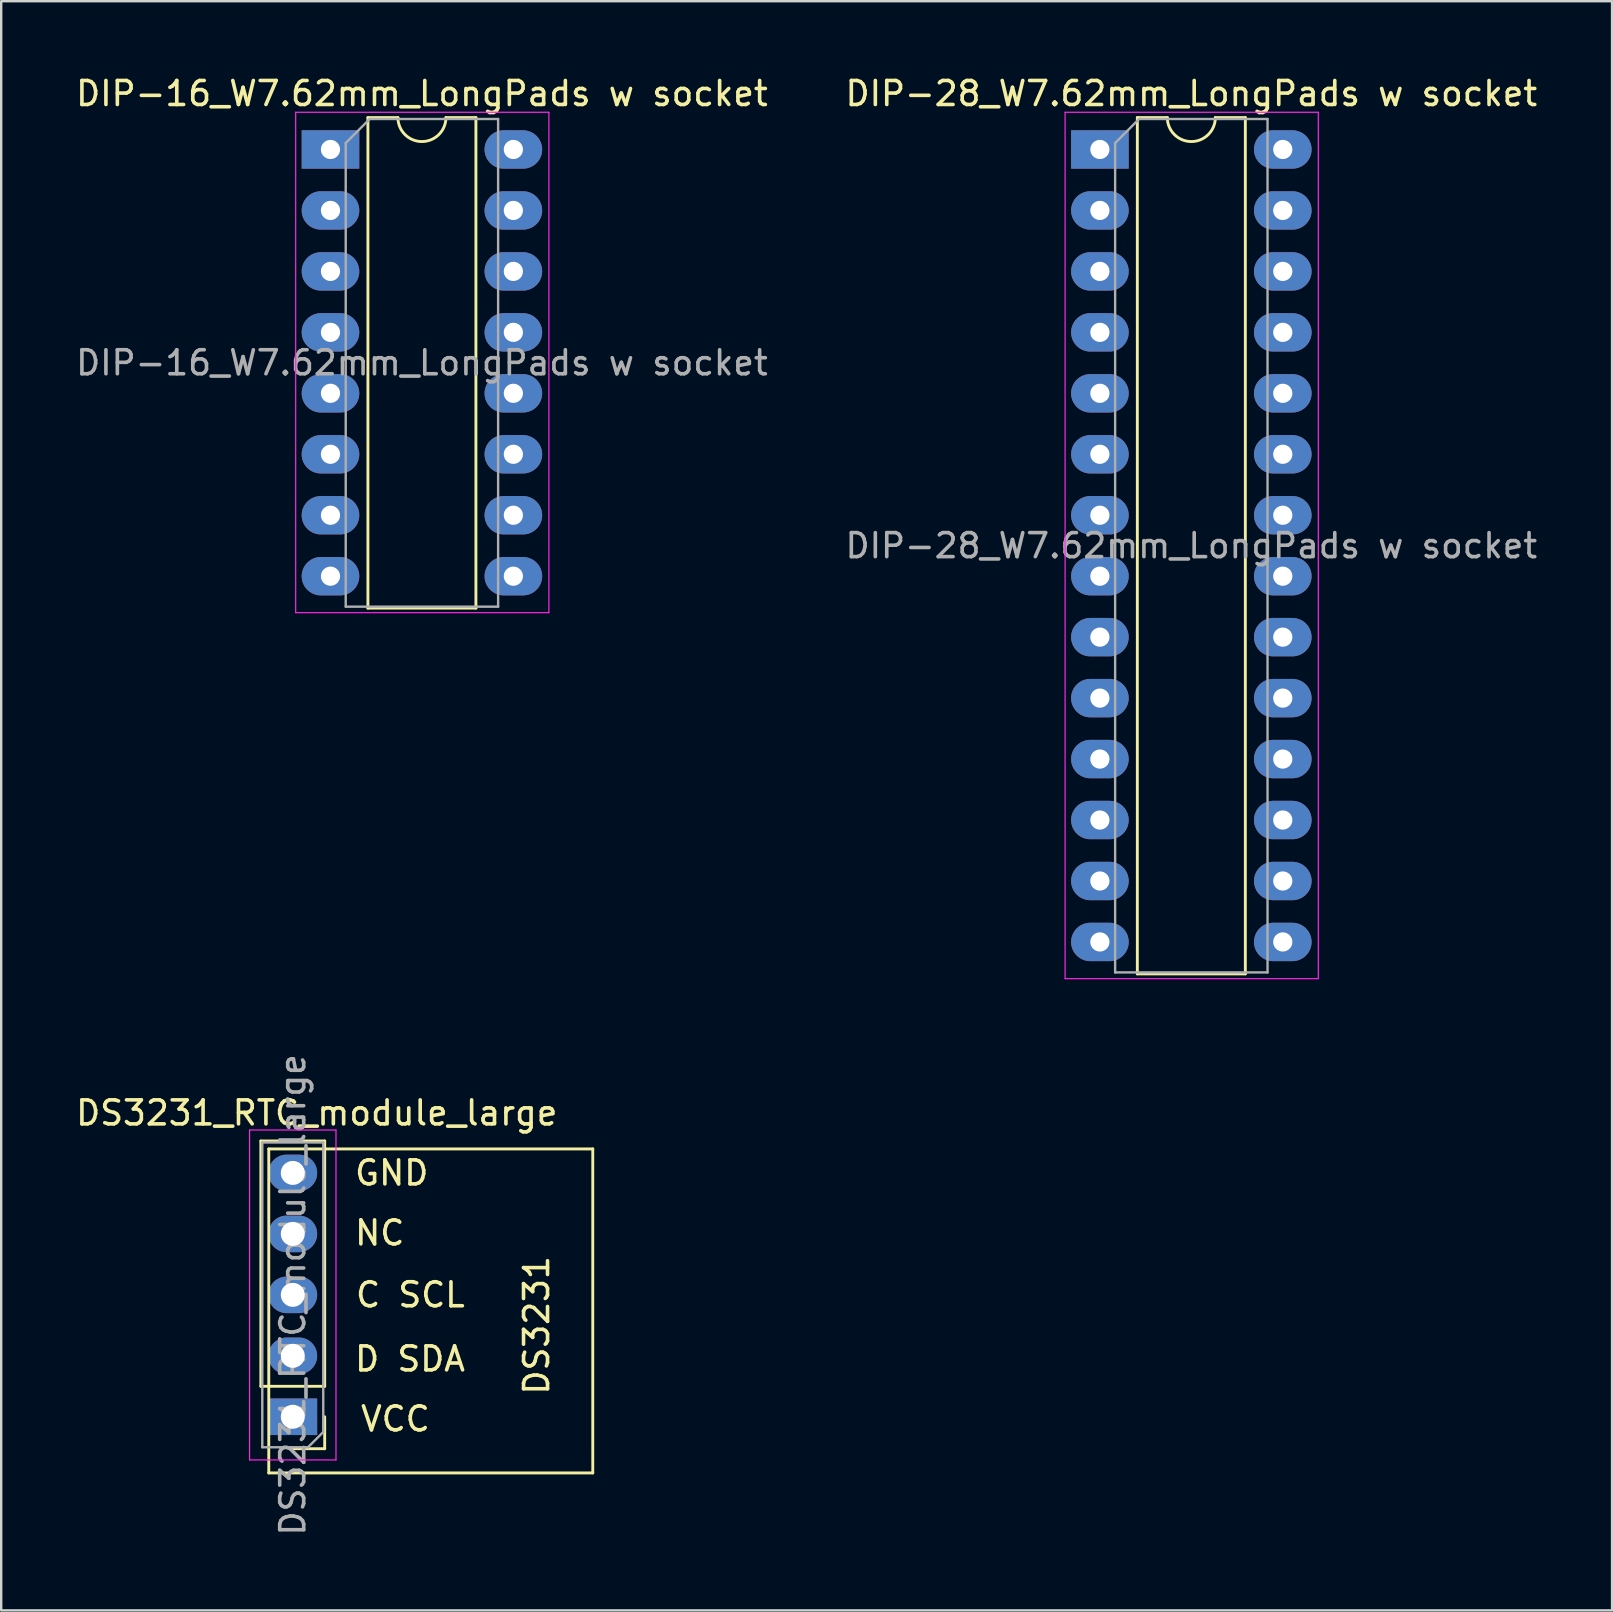
<source format=kicad_pcb>
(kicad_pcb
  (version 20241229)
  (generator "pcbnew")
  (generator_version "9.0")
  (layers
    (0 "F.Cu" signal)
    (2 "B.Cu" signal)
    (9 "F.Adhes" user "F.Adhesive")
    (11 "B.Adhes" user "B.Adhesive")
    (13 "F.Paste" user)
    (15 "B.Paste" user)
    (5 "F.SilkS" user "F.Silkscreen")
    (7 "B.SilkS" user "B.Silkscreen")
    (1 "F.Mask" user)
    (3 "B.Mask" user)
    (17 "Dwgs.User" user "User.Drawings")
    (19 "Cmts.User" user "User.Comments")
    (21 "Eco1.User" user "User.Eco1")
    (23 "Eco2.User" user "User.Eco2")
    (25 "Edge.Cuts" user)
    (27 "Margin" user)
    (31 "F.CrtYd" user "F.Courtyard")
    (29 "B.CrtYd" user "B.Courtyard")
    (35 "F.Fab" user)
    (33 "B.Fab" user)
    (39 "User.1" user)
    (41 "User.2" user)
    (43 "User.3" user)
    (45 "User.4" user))
  (footprint "DIP-28_W7.62mm_LongPads w socket"
    (layer "F.Cu")
    (at 42.779 3.178)
    (property "Reference" "DIP-28_W7.62mm_LongPads w socket" (at 3.81 -2.33 0) (layer "F.SilkS") (effects (font (size 1 1) (thickness 0.15))))
    (attr through_hole)
    (fp_line (start 1.56 -1.33) (end 1.56 34.35) (stroke (width 0.12) (type solid)) (layer "F.SilkS"))
    (fp_line (start 1.56 34.35) (end 6.06 34.35) (stroke (width 0.12) (type solid)) (layer "F.SilkS"))
    (fp_line (start 2.81 -1.33) (end 1.56 -1.33) (stroke (width 0.12) (type solid)) (layer "F.SilkS"))
    (fp_line (start 6.06 -1.33) (end 4.81 -1.33) (stroke (width 0.12) (type solid)) (layer "F.SilkS"))
    (fp_line (start 6.06 34.35) (end 6.06 -1.33) (stroke (width 0.12) (type solid)) (layer "F.SilkS"))
    (fp_arc (start 4.81 -1.33) (mid 3.81 -0.33) (end 2.81 -1.33) (stroke (width 0.12) (type solid)) (layer "F.SilkS"))
    (fp_line (start -1.45 -1.55) (end -1.45 34.55) (stroke (width 0.05) (type solid)) (layer "F.CrtYd"))
    (fp_line (start -1.45 34.55) (end 9.1 34.55) (stroke (width 0.05) (type solid)) (layer "F.CrtYd"))
    (fp_line (start 9.1 -1.55) (end -1.45 -1.55) (stroke (width 0.05) (type solid)) (layer "F.CrtYd"))
    (fp_line (start 9.1 34.55) (end 9.1 -1.55) (stroke (width 0.05) (type solid)) (layer "F.CrtYd"))
    (fp_line (start 0.635 -0.27) (end 1.635 -1.27) (stroke (width 0.1) (type solid)) (layer "F.Fab"))
    (fp_line (start 0.635 34.29) (end 0.635 -0.27) (stroke (width 0.1) (type solid)) (layer "F.Fab"))
    (fp_line (start 1.635 -1.27) (end 6.985 -1.27) (stroke (width 0.1) (type solid)) (layer "F.Fab"))
    (fp_line (start 6.985 -1.27) (end 6.985 34.29) (stroke (width 0.1) (type solid)) (layer "F.Fab"))
    (fp_line (start 6.985 34.29) (end 0.635 34.29) (stroke (width 0.1) (type solid)) (layer "F.Fab"))
    (fp_text user "${REFERENCE}" (at 3.81 16.51 0) (layer "F.Fab") (effects (font (size 1 1) (thickness 0.15))))
    (pad "1" thru_hole rect (at 0 0) (size 2.4 1.6) (drill 0.8) (layers "*.Cu" "*.Mask"))
    (pad "2" thru_hole oval (at 0 2.54) (size 2.4 1.6) (drill 0.8) (layers "*.Cu" "*.Mask"))
    (pad "3" thru_hole oval (at 0 5.08) (size 2.4 1.6) (drill 0.8) (layers "*.Cu" "*.Mask"))
    (pad "4" thru_hole oval (at 0 7.62) (size 2.4 1.6) (drill 0.8) (layers "*.Cu" "*.Mask"))
    (pad "5" thru_hole oval (at 0 10.16) (size 2.4 1.6) (drill 0.8) (layers "*.Cu" "*.Mask"))
    (pad "6" thru_hole oval (at 0 12.7) (size 2.4 1.6) (drill 0.8) (layers "*.Cu" "*.Mask"))
    (pad "7" thru_hole oval (at 0 15.24) (size 2.4 1.6) (drill 0.8) (layers "*.Cu" "*.Mask"))
    (pad "8" thru_hole oval (at 0 17.78) (size 2.4 1.6) (drill 0.8) (layers "*.Cu" "*.Mask"))
    (pad "9" thru_hole oval (at 0 20.32) (size 2.4 1.6) (drill 0.8) (layers "*.Cu" "*.Mask"))
    (pad "10" thru_hole oval (at 0 22.86) (size 2.4 1.6) (drill 0.8) (layers "*.Cu" "*.Mask"))
    (pad "11" thru_hole oval (at 0 25.4) (size 2.4 1.6) (drill 0.8) (layers "*.Cu" "*.Mask"))
    (pad "12" thru_hole oval (at 0 27.94) (size 2.4 1.6) (drill 0.8) (layers "*.Cu" "*.Mask"))
    (pad "13" thru_hole oval (at 0 30.48) (size 2.4 1.6) (drill 0.8) (layers "*.Cu" "*.Mask"))
    (pad "14" thru_hole oval (at 0 33.02) (size 2.4 1.6) (drill 0.8) (layers "*.Cu" "*.Mask"))
    (pad "15" thru_hole oval (at 7.62 33.02) (size 2.4 1.6) (drill 0.8) (layers "*.Cu" "*.Mask"))
    (pad "16" thru_hole oval (at 7.62 30.48) (size 2.4 1.6) (drill 0.8) (layers "*.Cu" "*.Mask"))
    (pad "17" thru_hole oval (at 7.62 27.94) (size 2.4 1.6) (drill 0.8) (layers "*.Cu" "*.Mask"))
    (pad "18" thru_hole oval (at 7.62 25.4) (size 2.4 1.6) (drill 0.8) (layers "*.Cu" "*.Mask"))
    (pad "19" thru_hole oval (at 7.62 22.86) (size 2.4 1.6) (drill 0.8) (layers "*.Cu" "*.Mask"))
    (pad "20" thru_hole oval (at 7.62 20.32) (size 2.4 1.6) (drill 0.8) (layers "*.Cu" "*.Mask"))
    (pad "21" thru_hole oval (at 7.62 17.78) (size 2.4 1.6) (drill 0.8) (layers "*.Cu" "*.Mask"))
    (pad "22" thru_hole oval (at 7.62 15.24) (size 2.4 1.6) (drill 0.8) (layers "*.Cu" "*.Mask"))
    (pad "23" thru_hole oval (at 7.62 12.7) (size 2.4 1.6) (drill 0.8) (layers "*.Cu" "*.Mask"))
    (pad "24" thru_hole oval (at 7.62 10.16) (size 2.4 1.6) (drill 0.8) (layers "*.Cu" "*.Mask"))
    (pad "25" thru_hole oval (at 7.62 7.62) (size 2.4 1.6) (drill 0.8) (layers "*.Cu" "*.Mask"))
    (pad "26" thru_hole oval (at 7.62 5.08) (size 2.4 1.6) (drill 0.8) (layers "*.Cu" "*.Mask"))
    (pad "27" thru_hole oval (at 7.62 2.54) (size 2.4 1.6) (drill 0.8) (layers "*.Cu" "*.Mask"))
    (pad "28" thru_hole oval (at 7.62 0) (size 2.4 1.6) (drill 0.8) (layers "*.Cu" "*.Mask")))
  (footprint "DS3231_RTC_module_large"
    (layer "F.Cu")
    (at 9.149 45.822)
    (property "Reference" "DS3231_RTC_module_large" (at 1 -2.5 0) (layer "F.SilkS") (effects (font (size 1 1) (thickness 0.15))))
    (attr through_hole)
    (fp_line (start -1.33 8.89) (end -1.33 -1.33) (stroke (width 0.12) (type solid)) (layer "F.SilkS"))
    (fp_line (start -1 -1) (end -1 12.5) (stroke (width 0.12) (type solid)) (layer "F.SilkS"))
    (fp_line (start -1 12.5) (end 12.5 12.5) (stroke (width 0.12) (type solid)) (layer "F.SilkS"))
    (fp_line (start 1.33 -1.33) (end -1.33 -1.33) (stroke (width 0.12) (type solid)) (layer "F.SilkS"))
    (fp_line (start 1.33 8.89) (end -1.33 8.89) (stroke (width 0.12) (type solid)) (layer "F.SilkS"))
    (fp_line (start 1.33 8.89) (end 1.33 -1.33) (stroke (width 0.12) (type solid)) (layer "F.SilkS"))
    (fp_line (start 1.33 10.16) (end 1.33 11.49) (stroke (width 0.12) (type solid)) (layer "F.SilkS"))
    (fp_line (start 1.33 11.49) (end 0 11.49) (stroke (width 0.12) (type solid)) (layer "F.SilkS"))
    (fp_line (start 12.5 -1) (end -1 -1) (stroke (width 0.12) (type solid)) (layer "F.SilkS"))
    (fp_line (start 12.5 12.5) (end 12.5 -1) (stroke (width 0.12) (type solid)) (layer "F.SilkS"))
    (fp_line (start -1.8 -1.79) (end -1.8 11.96) (stroke (width 0.05) (type solid)) (layer "F.CrtYd"))
    (fp_line (start -1.8 11.96) (end 1.8 11.96) (stroke (width 0.05) (type solid)) (layer "F.CrtYd"))
    (fp_line (start 1.8 -1.79) (end -1.8 -1.79) (stroke (width 0.05) (type solid)) (layer "F.CrtYd"))
    (fp_line (start 1.8 11.96) (end 1.8 -1.79) (stroke (width 0.05) (type solid)) (layer "F.CrtYd"))
    (fp_line (start -1.27 -1.27) (end 1.27 -1.27) (stroke (width 0.1) (type solid)) (layer "F.Fab"))
    (fp_line (start -1.27 11.43) (end -1.27 -1.27) (stroke (width 0.1) (type solid)) (layer "F.Fab"))
    (fp_line (start 0.635 11.43) (end -1.27 11.43) (stroke (width 0.1) (type solid)) (layer "F.Fab"))
    (fp_line (start 1.27 -1.27) (end 1.27 10.795) (stroke (width 0.1) (type solid)) (layer "F.Fab"))
    (fp_line (start 1.27 10.795) (end 0.635 11.43) (stroke (width 0.1) (type solid)) (layer "F.Fab"))
    (fp_text user "VCC" (at 2.75 10.25 0) (unlocked yes) (layer "F.SilkS") (effects (font (size 1 1) (thickness 0.15)) (justify left)))
    (fp_text user "C SCL" (at 2.54 5.08 0) (unlocked yes) (layer "F.SilkS") (effects (font (size 1 1) (thickness 0.15)) (justify left)))
    (fp_text user "D SDA" (at 2.5 7.75 0) (unlocked yes) (layer "F.SilkS") (effects (font (size 1 1) (thickness 0.15)) (justify left)))
    (fp_text user "DS3231" (at 10.16 6.35 90) (unlocked yes) (layer "F.SilkS") (effects (font (size 1 1) (thickness 0.15))))
    (fp_text user "GND" (at 2.5 0 0) (unlocked yes) (layer "F.SilkS") (effects (font (size 1 1) (thickness 0.15)) (justify left)))
    (fp_text user "NC" (at 2.5 2.5 0) (unlocked yes) (layer "F.SilkS") (effects (font (size 1 1) (thickness 0.15)) (justify left)))
    (fp_text user "${REFERENCE}" (at 0 5.08 270) (layer "F.Fab") (effects (font (size 1 1) (thickness 0.15))))
    (pad "1" thru_hole rect (at 0 10.16 180) (size 2.032 1.524) (drill 1) (layers "*.Cu" "*.Mask"))
    (pad "2" thru_hole oval (at 0 7.62 180) (size 2.032 1.524) (drill 1) (layers "*.Cu" "*.Mask"))
    (pad "3" thru_hole oval (at 0 5.08 180) (size 2.032 1.524) (drill 1) (layers "*.Cu" "*.Mask"))
    (pad "4" thru_hole oval (at 0 2.54 180) (size 2.032 1.524) (drill 1) (layers "*.Cu" "*.Mask"))
    (pad "5" thru_hole oval (at 0 0 180) (size 2.032 1.524) (drill 1) (layers "*.Cu" "*.Mask")))
  (footprint "DIP-16_W7.62mm_LongPads w socket"
    (layer "F.Cu")
    (at 10.72 3.178)
    (property "Reference" "DIP-16_W7.62mm_LongPads w socket" (at 3.81 -2.33 0) (layer "F.SilkS") (effects (font (size 1 1) (thickness 0.15))))
    (attr through_hole)
    (fp_line (start 1.56 -1.33) (end 1.56 19.11) (stroke (width 0.12) (type solid)) (layer "F.SilkS"))
    (fp_line (start 1.56 19.11) (end 6.06 19.11) (stroke (width 0.12) (type solid)) (layer "F.SilkS"))
    (fp_line (start 2.81 -1.33) (end 1.56 -1.33) (stroke (width 0.12) (type solid)) (layer "F.SilkS"))
    (fp_line (start 6.06 -1.33) (end 4.81 -1.33) (stroke (width 0.12) (type solid)) (layer "F.SilkS"))
    (fp_line (start 6.06 19.11) (end 6.06 -1.33) (stroke (width 0.12) (type solid)) (layer "F.SilkS"))
    (fp_arc (start 4.81 -1.33) (mid 3.81 -0.33) (end 2.81 -1.33) (stroke (width 0.12) (type solid)) (layer "F.SilkS"))
    (fp_line (start -1.45 -1.55) (end -1.45 19.3) (stroke (width 0.05) (type solid)) (layer "F.CrtYd"))
    (fp_line (start -1.45 19.3) (end 9.1 19.3) (stroke (width 0.05) (type solid)) (layer "F.CrtYd"))
    (fp_line (start 9.1 -1.55) (end -1.45 -1.55) (stroke (width 0.05) (type solid)) (layer "F.CrtYd"))
    (fp_line (start 9.1 19.3) (end 9.1 -1.55) (stroke (width 0.05) (type solid)) (layer "F.CrtYd"))
    (fp_line (start 0.635 -0.27) (end 1.635 -1.27) (stroke (width 0.1) (type solid)) (layer "F.Fab"))
    (fp_line (start 0.635 19.05) (end 0.635 -0.27) (stroke (width 0.1) (type solid)) (layer "F.Fab"))
    (fp_line (start 1.635 -1.27) (end 6.985 -1.27) (stroke (width 0.1) (type solid)) (layer "F.Fab"))
    (fp_line (start 6.985 -1.27) (end 6.985 19.05) (stroke (width 0.1) (type solid)) (layer "F.Fab"))
    (fp_line (start 6.985 19.05) (end 0.635 19.05) (stroke (width 0.1) (type solid)) (layer "F.Fab"))
    (fp_text user "${REFERENCE}" (at 3.81 8.89 0) (layer "F.Fab") (effects (font (size 1 1) (thickness 0.15))))
    (pad "1" thru_hole rect (at 0 0) (size 2.4 1.6) (drill 0.8) (layers "*.Cu" "*.Mask"))
    (pad "2" thru_hole oval (at 0 2.54) (size 2.4 1.6) (drill 0.8) (layers "*.Cu" "*.Mask"))
    (pad "3" thru_hole oval (at 0 5.08) (size 2.4 1.6) (drill 0.8) (layers "*.Cu" "*.Mask"))
    (pad "4" thru_hole oval (at 0 7.62) (size 2.4 1.6) (drill 0.8) (layers "*.Cu" "*.Mask"))
    (pad "5" thru_hole oval (at 0 10.16) (size 2.4 1.6) (drill 0.8) (layers "*.Cu" "*.Mask"))
    (pad "6" thru_hole oval (at 0 12.7) (size 2.4 1.6) (drill 0.8) (layers "*.Cu" "*.Mask"))
    (pad "7" thru_hole oval (at 0 15.24) (size 2.4 1.6) (drill 0.8) (layers "*.Cu" "*.Mask"))
    (pad "8" thru_hole oval (at 0 17.78) (size 2.4 1.6) (drill 0.8) (layers "*.Cu" "*.Mask"))
    (pad "9" thru_hole oval (at 7.62 17.78) (size 2.4 1.6) (drill 0.8) (layers "*.Cu" "*.Mask"))
    (pad "10" thru_hole oval (at 7.62 15.24) (size 2.4 1.6) (drill 0.8) (layers "*.Cu" "*.Mask"))
    (pad "11" thru_hole oval (at 7.62 12.7) (size 2.4 1.6) (drill 0.8) (layers "*.Cu" "*.Mask"))
    (pad "12" thru_hole oval (at 7.62 10.16) (size 2.4 1.6) (drill 0.8) (layers "*.Cu" "*.Mask"))
    (pad "13" thru_hole oval (at 7.62 7.62) (size 2.4 1.6) (drill 0.8) (layers "*.Cu" "*.Mask"))
    (pad "14" thru_hole oval (at 7.62 5.08) (size 2.4 1.6) (drill 0.8) (layers "*.Cu" "*.Mask"))
    (pad "15" thru_hole oval (at 7.62 2.54) (size 2.4 1.6) (drill 0.8) (layers "*.Cu" "*.Mask"))
    (pad "16" thru_hole oval (at 7.62 0) (size 2.4 1.6) (drill 0.8) (layers "*.Cu" "*.Mask")))
  (gr_rect
    (start -3 -3)
    (end 64.119 64.051)
    (stroke (width 0.1) (type default))
    (fill no)
    (layer "Edge.Cuts")))
</source>
